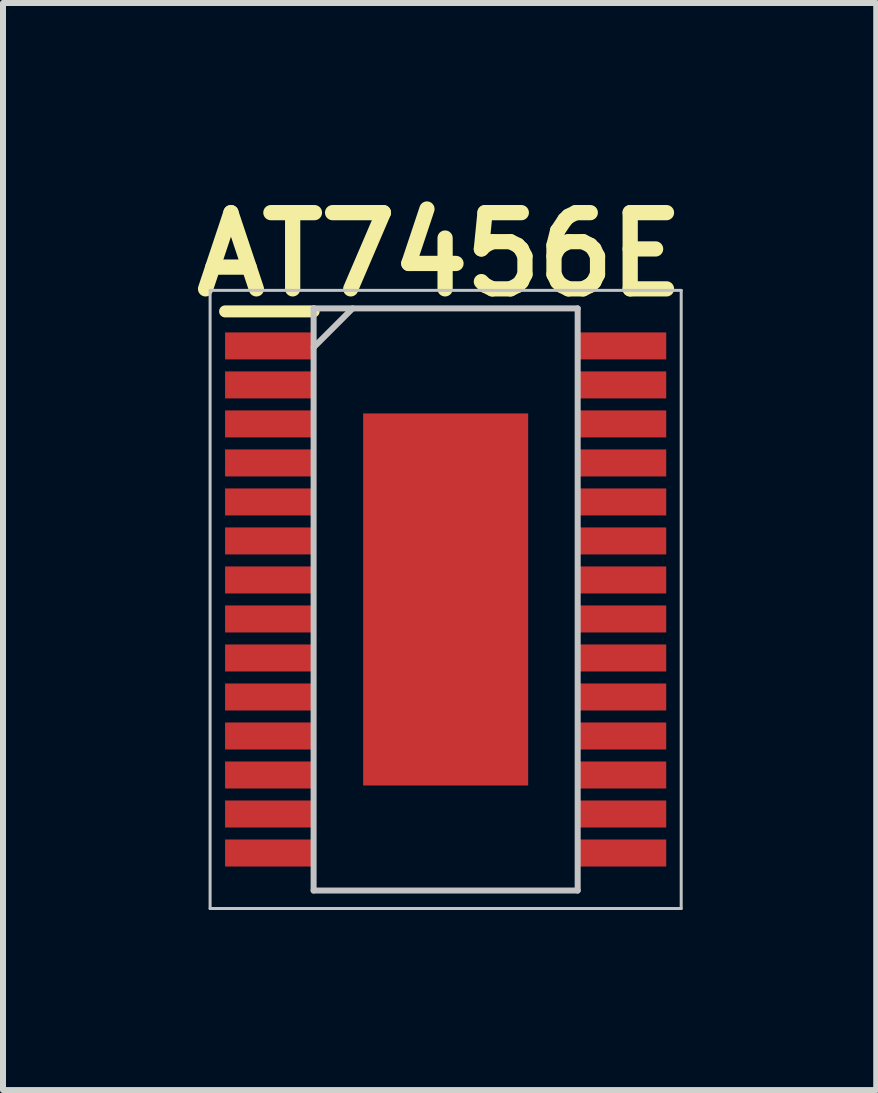
<source format=kicad_pcb>
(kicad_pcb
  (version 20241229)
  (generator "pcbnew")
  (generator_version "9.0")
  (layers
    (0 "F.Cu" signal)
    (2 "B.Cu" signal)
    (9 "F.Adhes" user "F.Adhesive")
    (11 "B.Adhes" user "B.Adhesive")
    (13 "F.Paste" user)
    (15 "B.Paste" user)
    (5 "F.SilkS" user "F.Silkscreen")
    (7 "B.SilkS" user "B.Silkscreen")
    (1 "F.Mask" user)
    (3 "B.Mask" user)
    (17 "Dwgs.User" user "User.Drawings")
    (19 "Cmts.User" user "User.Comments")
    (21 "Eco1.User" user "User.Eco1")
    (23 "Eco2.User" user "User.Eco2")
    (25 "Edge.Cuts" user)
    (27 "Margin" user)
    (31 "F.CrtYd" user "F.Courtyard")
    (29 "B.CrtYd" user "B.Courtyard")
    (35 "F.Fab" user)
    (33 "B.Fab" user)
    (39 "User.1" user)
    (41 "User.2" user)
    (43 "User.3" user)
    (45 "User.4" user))
  (footprint "AT7456E"
    (layer "F.Cu")
    (at 4.376 6.939)
    (property "Reference" "AT7456E" (at -0.1 -5.75 0) (layer "F.SilkS") (effects (font (size 1.27 1.27) (thickness 0.254))))
    (attr smd)
    (fp_line (start -3.675 -4.8) (end -2.2 -4.8) (stroke (width 0.2) (type solid)) (layer "F.SilkS"))
    (fp_line (start -3.925 -5.15) (end 3.925 -5.15) (stroke (width 0.05) (type solid)) (layer "Dwgs.User"))
    (fp_line (start -3.925 5.15) (end -3.925 -5.15) (stroke (width 0.05) (type solid)) (layer "Dwgs.User"))
    (fp_line (start -2.2 -4.85) (end 2.2 -4.85) (stroke (width 0.1) (type solid)) (layer "Dwgs.User"))
    (fp_line (start -2.2 -4.2) (end -1.55 -4.85) (stroke (width 0.1) (type solid)) (layer "Dwgs.User"))
    (fp_line (start -2.2 4.85) (end -2.2 -4.85) (stroke (width 0.1) (type solid)) (layer "Dwgs.User"))
    (fp_line (start 2.2 -4.85) (end 2.2 4.85) (stroke (width 0.1) (type solid)) (layer "Dwgs.User"))
    (fp_line (start 2.2 4.85) (end -2.2 4.85) (stroke (width 0.1) (type solid)) (layer "Dwgs.User"))
    (fp_line (start 3.925 -5.15) (end 3.925 5.15) (stroke (width 0.05) (type solid)) (layer "Dwgs.User"))
    (fp_line (start 3.925 5.15) (end -3.925 5.15) (stroke (width 0.05) (type solid)) (layer "Dwgs.User"))
    (pad "1" smd rect (at -2.938 -4.225 90) (size 0.45 1.475) (layers "F.Cu" "F.Mask" "F.Paste"))
    (pad "2" smd rect (at -2.938 -3.575 90) (size 0.45 1.475) (layers "F.Cu" "F.Mask" "F.Paste"))
    (pad "3" smd rect (at -2.938 -2.925 90) (size 0.45 1.475) (layers "F.Cu" "F.Mask" "F.Paste"))
    (pad "4" smd rect (at -2.938 -2.275 90) (size 0.45 1.475) (layers "F.Cu" "F.Mask" "F.Paste"))
    (pad "5" smd rect (at -2.938 -1.625 90) (size 0.45 1.475) (layers "F.Cu" "F.Mask" "F.Paste"))
    (pad "6" smd rect (at -2.938 -0.975 90) (size 0.45 1.475) (layers "F.Cu" "F.Mask" "F.Paste"))
    (pad "7" smd rect (at -2.938 -0.325 90) (size 0.45 1.475) (layers "F.Cu" "F.Mask" "F.Paste"))
    (pad "8" smd rect (at -2.938 0.325 90) (size 0.45 1.475) (layers "F.Cu" "F.Mask" "F.Paste"))
    (pad "9" smd rect (at -2.938 0.975 90) (size 0.45 1.475) (layers "F.Cu" "F.Mask" "F.Paste"))
    (pad "10" smd rect (at -2.938 1.625 90) (size 0.45 1.475) (layers "F.Cu" "F.Mask" "F.Paste"))
    (pad "11" smd rect (at -2.938 2.275 90) (size 0.45 1.475) (layers "F.Cu" "F.Mask" "F.Paste"))
    (pad "12" smd rect (at -2.938 2.925 90) (size 0.45 1.475) (layers "F.Cu" "F.Mask" "F.Paste"))
    (pad "13" smd rect (at -2.938 3.575 90) (size 0.45 1.475) (layers "F.Cu" "F.Mask" "F.Paste"))
    (pad "14" smd rect (at -2.938 4.225 90) (size 0.45 1.475) (layers "F.Cu" "F.Mask" "F.Paste"))
    (pad "15" smd rect (at 2.938 4.225 90) (size 0.45 1.475) (layers "F.Cu" "F.Mask" "F.Paste"))
    (pad "16" smd rect (at 2.938 3.575 90) (size 0.45 1.475) (layers "F.Cu" "F.Mask" "F.Paste"))
    (pad "17" smd rect (at 2.938 2.925 90) (size 0.45 1.475) (layers "F.Cu" "F.Mask" "F.Paste"))
    (pad "18" smd rect (at 2.938 2.275 90) (size 0.45 1.475) (layers "F.Cu" "F.Mask" "F.Paste"))
    (pad "19" smd rect (at 2.938 1.625 90) (size 0.45 1.475) (layers "F.Cu" "F.Mask" "F.Paste"))
    (pad "20" smd rect (at 2.938 0.975 90) (size 0.45 1.475) (layers "F.Cu" "F.Mask" "F.Paste"))
    (pad "21" smd rect (at 2.938 0.325 90) (size 0.45 1.475) (layers "F.Cu" "F.Mask" "F.Paste"))
    (pad "22" smd rect (at 2.938 -0.325 90) (size 0.45 1.475) (layers "F.Cu" "F.Mask" "F.Paste"))
    (pad "23" smd rect (at 2.938 -0.975 90) (size 0.45 1.475) (layers "F.Cu" "F.Mask" "F.Paste"))
    (pad "24" smd rect (at 2.938 -1.625 90) (size 0.45 1.475) (layers "F.Cu" "F.Mask" "F.Paste"))
    (pad "25" smd rect (at 2.938 -2.275 90) (size 0.45 1.475) (layers "F.Cu" "F.Mask" "F.Paste"))
    (pad "26" smd rect (at 2.938 -2.925 90) (size 0.45 1.475) (layers "F.Cu" "F.Mask" "F.Paste"))
    (pad "27" smd rect (at 2.938 -3.575 90) (size 0.45 1.475) (layers "F.Cu" "F.Mask" "F.Paste"))
    (pad "28" smd rect (at 2.938 -4.225 90) (size 0.45 1.475) (layers "F.Cu" "F.Mask" "F.Paste"))
    (pad "29" smd rect (at 0 0) (size 2.75 6.2) (layers "F.Cu" "F.Mask" "F.Paste")))
  (gr_rect
    (start -3 -3)
    (end 11.551 15.114)
    (stroke (width 0.1) (type default))
    (fill no)
    (layer "Edge.Cuts")))
</source>
